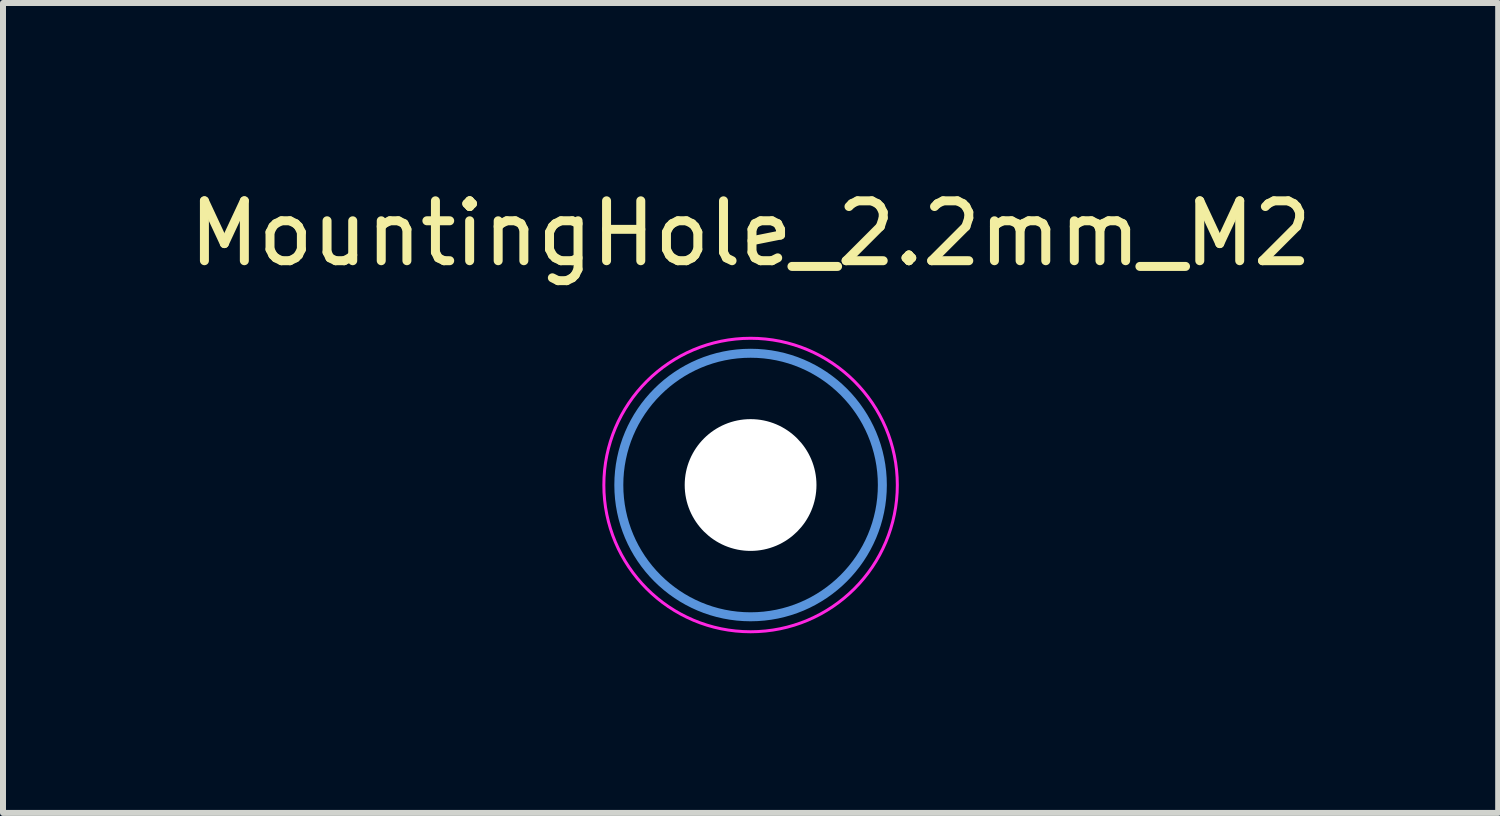
<source format=kicad_pcb>
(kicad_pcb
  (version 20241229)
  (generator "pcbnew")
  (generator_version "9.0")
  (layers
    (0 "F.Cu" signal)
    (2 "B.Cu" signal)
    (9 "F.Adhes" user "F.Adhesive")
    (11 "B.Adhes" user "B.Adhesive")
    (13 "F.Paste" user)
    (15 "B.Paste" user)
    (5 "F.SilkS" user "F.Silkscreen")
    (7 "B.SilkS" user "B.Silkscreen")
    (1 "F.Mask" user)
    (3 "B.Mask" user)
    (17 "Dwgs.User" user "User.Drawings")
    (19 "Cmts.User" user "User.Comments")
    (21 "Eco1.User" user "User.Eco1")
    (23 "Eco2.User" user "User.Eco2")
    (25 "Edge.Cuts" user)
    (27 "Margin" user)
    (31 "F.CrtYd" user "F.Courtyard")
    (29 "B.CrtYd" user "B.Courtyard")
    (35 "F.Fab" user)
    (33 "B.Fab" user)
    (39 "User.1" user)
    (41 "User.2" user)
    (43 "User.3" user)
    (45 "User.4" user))
  (footprint "MountingHole_2.2mm_M2"
    (layer "F.Cu")
    (at 9.482 5.048)
    (property "Reference" "MountingHole_2.2mm_M2" (at 0 -4.2 0) (layer "F.SilkS") (effects (font (size 1 1) (thickness 0.15))))
    (attr exclude_from_pos_files exclude_from_bom)
    (fp_circle (center 0 0) (end 2.2 0) (stroke (width 0.15) (type solid)) (fill no) (layer "Cmts.User"))
    (fp_circle (center 0 0) (end 2.45 0) (stroke (width 0.05) (type solid)) (fill no) (layer "F.CrtYd"))
    (pad "" np_thru_hole circle (at 0 0) (size 2.2 2.2) (drill 2.2) (layers "*.Cu" "*.Mask")))
  (gr_rect
    (start -3 -3)
    (end 21.964 10.523)
    (stroke (width 0.1) (type default))
    (fill no)
    (layer "Edge.Cuts")))
</source>
